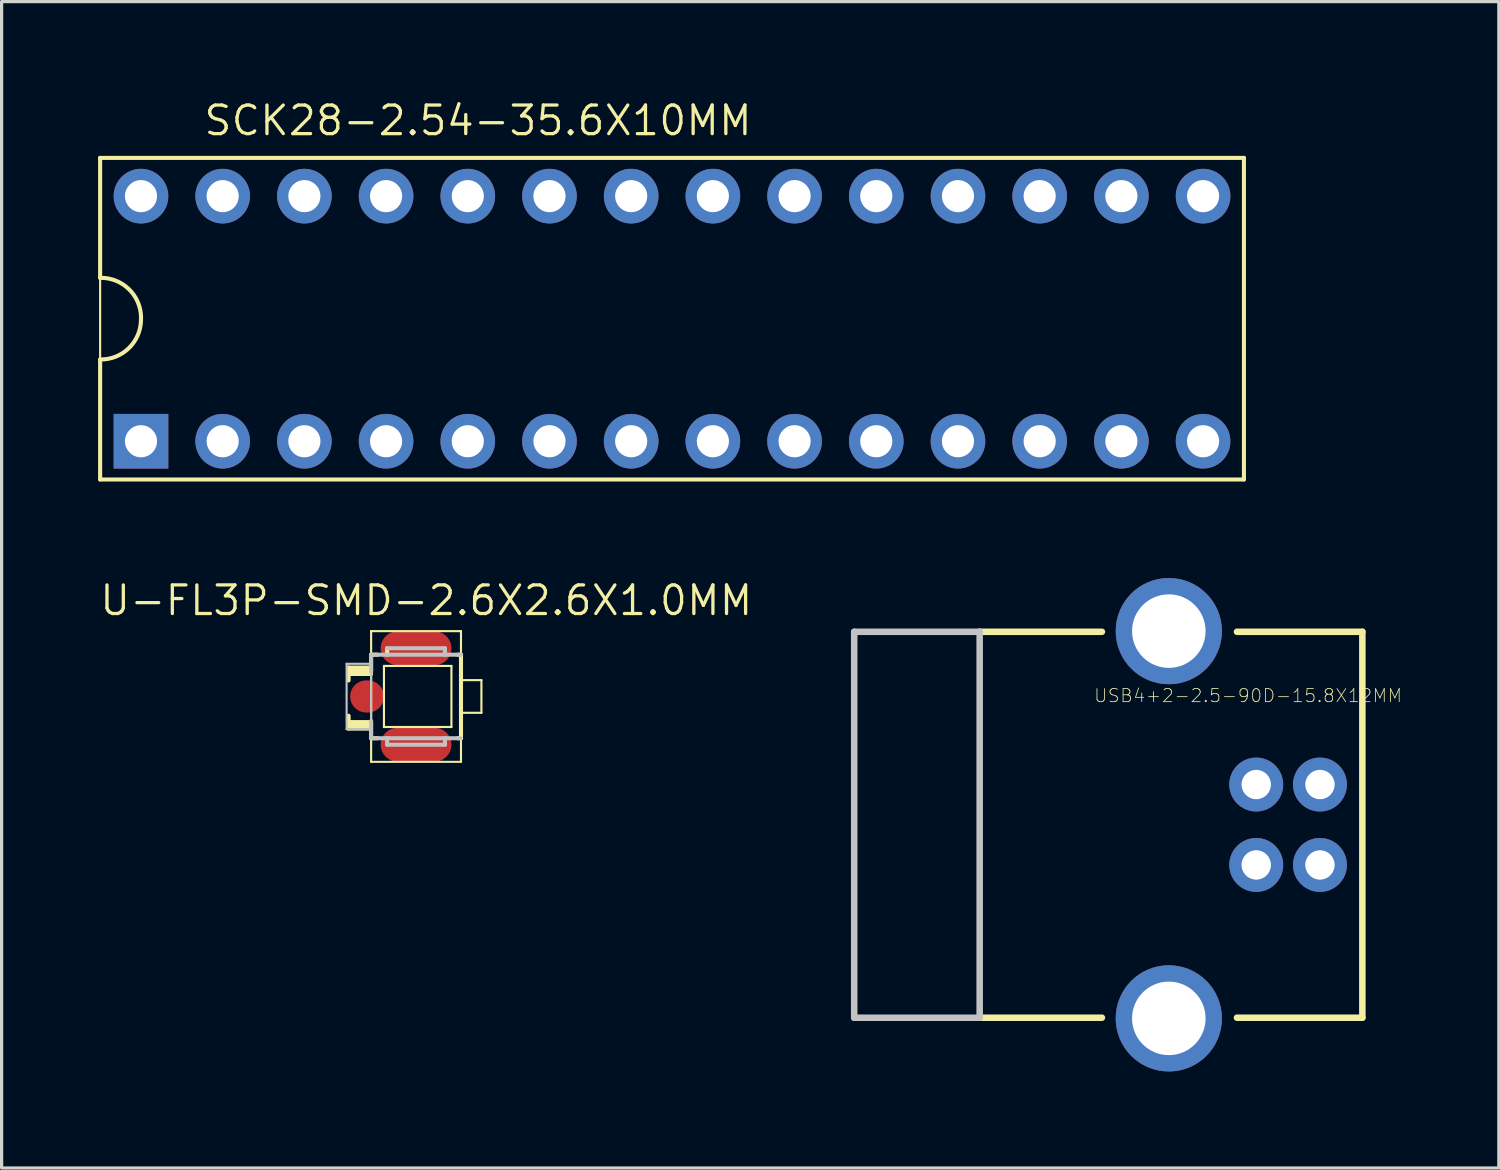
<source format=kicad_pcb>
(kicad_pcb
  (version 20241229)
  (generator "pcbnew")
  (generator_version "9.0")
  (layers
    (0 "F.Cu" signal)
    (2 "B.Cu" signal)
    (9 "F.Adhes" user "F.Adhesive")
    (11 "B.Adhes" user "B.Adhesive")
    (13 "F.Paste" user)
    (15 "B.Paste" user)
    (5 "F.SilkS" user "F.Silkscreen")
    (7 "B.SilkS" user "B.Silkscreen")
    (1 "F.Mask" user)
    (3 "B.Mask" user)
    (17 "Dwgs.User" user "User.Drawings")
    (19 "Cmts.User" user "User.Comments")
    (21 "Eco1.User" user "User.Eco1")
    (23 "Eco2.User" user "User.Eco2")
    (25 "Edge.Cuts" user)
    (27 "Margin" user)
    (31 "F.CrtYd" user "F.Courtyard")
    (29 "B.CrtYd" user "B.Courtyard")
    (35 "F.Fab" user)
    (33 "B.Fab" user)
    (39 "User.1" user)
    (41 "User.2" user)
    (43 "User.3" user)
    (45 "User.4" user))
  (footprint "USB4+2-2.5-90D-15.8X12MM"
    (layer "F.Cu")
    (at 36.006 22.591)
    (property "Reference" "USB4+2-2.5-90D-15.8X12MM" (at -0.254 -4.013 0) (layer "F.SilkS") (effects (font (size 0.406 0.406) (thickness 0.025))))
    (attr exclude_from_pos_files exclude_from_bom)
    (fp_line (start -8.598 -5.999) (end -4.798 -5.999) (stroke (width 0.203) (type solid)) (layer "F.SilkS"))
    (fp_line (start -8.598 5.999) (end -4.798 5.999) (stroke (width 0.203) (type solid)) (layer "F.SilkS"))
    (fp_line (start -0.599 5.999) (end 3.299 5.999) (stroke (width 0.203) (type solid)) (layer "F.SilkS"))
    (fp_line (start 3.299 -5.999) (end -0.599 -5.999) (stroke (width 0.203) (type solid)) (layer "F.SilkS"))
    (fp_line (start 3.299 5.999) (end 3.299 -5.999) (stroke (width 0.203) (type solid)) (layer "F.SilkS"))
    (fp_line (start -12.499 -5.999) (end -8.598 -5.999) (stroke (width 0.203) (type solid)) (layer "Dwgs.User"))
    (fp_line (start -12.499 5.999) (end -12.499 -5.999) (stroke (width 0.203) (type solid)) (layer "Dwgs.User"))
    (fp_line (start -8.598 -5.999) (end -8.598 5.999) (stroke (width 0.203) (type solid)) (layer "Dwgs.User"))
    (fp_line (start -8.598 5.999) (end -12.499 5.999) (stroke (width 0.203) (type solid)) (layer "Dwgs.User"))
    (pad "D+" thru_hole circle (at 0 -1.25) (size 1.676 1.676) (drill 0.914) (layers "*.Cu" "*.Paste" "*.Mask"))
    (pad "D-" thru_hole circle (at 1.981 -1.25) (size 1.676 1.676) (drill 0.914) (layers "*.Cu" "*.Paste" "*.Mask"))
    (pad "GND" thru_hole circle (at 0 1.25) (size 1.676 1.676) (drill 0.914) (layers "*.Cu" "*.Paste" "*.Mask"))
    (pad "S1" thru_hole circle (at -2.718 6.02) (size 3.302 3.302) (drill 2.286) (layers "*.Cu" "*.Paste" "*.Mask"))
    (pad "S2" thru_hole circle (at -2.718 -6.02) (size 3.302 3.302) (drill 2.286) (layers "*.Cu" "*.Paste" "*.Mask"))
    (pad "VBUS" thru_hole circle (at 1.981 1.25) (size 1.676 1.676) (drill 0.914) (layers "*.Cu" "*.Paste" "*.Mask")))
  (footprint "SCK28-2.54-35.6X10MM"
    (layer "F.Cu")
    (at 17.843 6.858)
    (property "Reference" "SCK28-2.54-35.6X10MM" (at -6.032 -6.16 0) (layer "F.SilkS") (effects (font (size 0.889 0.889) (thickness 0.102))))
    (attr exclude_from_pos_files exclude_from_bom)
    (fp_line (start -17.78 -4.999) (end 17.78 -4.999) (stroke (width 0.066) (type solid)) (layer "F.SilkS"))
    (fp_line (start -17.78 -4.999) (end 17.78 -4.999) (stroke (width 0.127) (type solid)) (layer "F.SilkS"))
    (fp_line (start -17.78 -1.27) (end -17.78 -4.999) (stroke (width 0.127) (type solid)) (layer "F.SilkS"))
    (fp_line (start -17.78 4.999) (end -17.78 -4.999) (stroke (width 0.066) (type solid)) (layer "F.SilkS"))
    (fp_line (start -17.78 4.999) (end -17.78 1.27) (stroke (width 0.127) (type solid)) (layer "F.SilkS"))
    (fp_line (start -17.78 4.999) (end 17.78 4.999) (stroke (width 0.066) (type solid)) (layer "F.SilkS"))
    (fp_line (start -16.51 -0.048) (end -16.51 0.048) (stroke (width 0.127) (type solid)) (layer "F.SilkS"))
    (fp_line (start 17.78 -4.999) (end 17.78 4.999) (stroke (width 0.127) (type solid)) (layer "F.SilkS"))
    (fp_line (start 17.78 4.999) (end -17.78 4.999) (stroke (width 0.127) (type solid)) (layer "F.SilkS"))
    (fp_line (start 17.78 4.999) (end 17.78 -4.999) (stroke (width 0.066) (type solid)) (layer "F.SilkS"))
    (fp_arc (start -17.78 -1.27) (mid -16.890699 -0.922682) (end -16.50746 -0.04826) (stroke (width 0.127) (type solid)) (layer "F.SilkS"))
    (fp_arc (start -16.51 0.04826) (mid -16.892495 0.920886) (end -17.78 1.26746) (stroke (width 0.127) (type solid)) (layer "F.SilkS"))
    (pad "1" thru_hole rect (at -16.51 3.81) (size 1.699 1.699) (drill 0.998) (layers "*.Cu" "*.Paste" "*.Mask"))
    (pad "2" thru_hole circle (at -13.97 3.81) (size 1.699 1.699) (drill 0.998) (layers "*.Cu" "*.Paste" "*.Mask"))
    (pad "3" thru_hole circle (at -11.43 3.81) (size 1.699 1.699) (drill 0.998) (layers "*.Cu" "*.Paste" "*.Mask"))
    (pad "4" thru_hole circle (at -8.89 3.81) (size 1.699 1.699) (drill 0.998) (layers "*.Cu" "*.Paste" "*.Mask"))
    (pad "5" thru_hole circle (at -6.35 3.81) (size 1.699 1.699) (drill 0.998) (layers "*.Cu" "*.Paste" "*.Mask"))
    (pad "6" thru_hole circle (at -3.81 3.81) (size 1.699 1.699) (drill 0.998) (layers "*.Cu" "*.Paste" "*.Mask"))
    (pad "7" thru_hole circle (at -1.27 3.81) (size 1.699 1.699) (drill 0.998) (layers "*.Cu" "*.Paste" "*.Mask"))
    (pad "8" thru_hole circle (at 1.27 3.81) (size 1.699 1.699) (drill 0.998) (layers "*.Cu" "*.Paste" "*.Mask"))
    (pad "9" thru_hole circle (at 3.81 3.81) (size 1.699 1.699) (drill 0.998) (layers "*.Cu" "*.Paste" "*.Mask"))
    (pad "10" thru_hole circle (at 6.35 3.81) (size 1.699 1.699) (drill 0.998) (layers "*.Cu" "*.Paste" "*.Mask"))
    (pad "11" thru_hole circle (at 8.89 3.81) (size 1.699 1.699) (drill 0.998) (layers "*.Cu" "*.Paste" "*.Mask"))
    (pad "12" thru_hole circle (at 11.43 3.81) (size 1.699 1.699) (drill 0.998) (layers "*.Cu" "*.Paste" "*.Mask"))
    (pad "13" thru_hole circle (at 13.97 3.81) (size 1.699 1.699) (drill 0.998) (layers "*.Cu" "*.Paste" "*.Mask"))
    (pad "14" thru_hole circle (at 16.51 3.81) (size 1.699 1.699) (drill 0.998) (layers "*.Cu" "*.Paste" "*.Mask"))
    (pad "15" thru_hole circle (at 16.51 -3.81) (size 1.699 1.699) (drill 0.998) (layers "*.Cu" "*.Paste" "*.Mask"))
    (pad "16" thru_hole circle (at 13.97 -3.81) (size 1.699 1.699) (drill 0.998) (layers "*.Cu" "*.Paste" "*.Mask"))
    (pad "17" thru_hole circle (at 11.43 -3.81) (size 1.699 1.699) (drill 0.998) (layers "*.Cu" "*.Paste" "*.Mask"))
    (pad "18" thru_hole circle (at 8.89 -3.81) (size 1.699 1.699) (drill 0.998) (layers "*.Cu" "*.Paste" "*.Mask"))
    (pad "19" thru_hole circle (at 6.35 -3.81) (size 1.699 1.699) (drill 0.998) (layers "*.Cu" "*.Paste" "*.Mask"))
    (pad "20" thru_hole circle (at 3.81 -3.81) (size 1.699 1.699) (drill 0.998) (layers "*.Cu" "*.Paste" "*.Mask"))
    (pad "21" thru_hole circle (at 1.27 -3.81) (size 1.699 1.699) (drill 0.998) (layers "*.Cu" "*.Paste" "*.Mask"))
    (pad "22" thru_hole circle (at -1.27 -3.81) (size 1.699 1.699) (drill 0.998) (layers "*.Cu" "*.Paste" "*.Mask"))
    (pad "23" thru_hole circle (at -3.81 -3.81) (size 1.699 1.699) (drill 0.998) (layers "*.Cu" "*.Paste" "*.Mask"))
    (pad "24" thru_hole circle (at -6.35 -3.81) (size 1.699 1.699) (drill 0.998) (layers "*.Cu" "*.Paste" "*.Mask"))
    (pad "25" thru_hole circle (at -8.89 -3.81) (size 1.699 1.699) (drill 0.998) (layers "*.Cu" "*.Paste" "*.Mask"))
    (pad "26" thru_hole circle (at -11.43 -3.81) (size 1.699 1.699) (drill 0.998) (layers "*.Cu" "*.Paste" "*.Mask"))
    (pad "27" thru_hole circle (at -13.97 -3.81) (size 1.699 1.699) (drill 0.998) (layers "*.Cu" "*.Paste" "*.Mask"))
    (pad "28" thru_hole circle (at -16.51 -3.81) (size 1.699 1.699) (drill 0.998) (layers "*.Cu" "*.Paste" "*.Mask")))
  (footprint "U-FL3P-SMD-2.6X2.6X1.0MM"
    (layer "F.Cu")
    (at 9.885 18.603)
    (property "Reference" "U-FL3P-SMD-2.6X2.6X1.0MM" (at 0.318 -2.985 0) (layer "F.SilkS") (effects (font (size 0.889 0.889) (thickness 0.102))))
    (attr smd)
    (fp_line (start -2.098 -0.899) (end -2.098 -0.798) (stroke (width 0.127) (type solid)) (layer "F.SilkS"))
    (fp_line (start -2.098 -0.798) (end -2.098 -0.699) (stroke (width 0.127) (type solid)) (layer "F.SilkS"))
    (fp_line (start -2.098 -0.699) (end -2.098 -0.498) (stroke (width 0.127) (type solid)) (layer "F.SilkS"))
    (fp_line (start -2.098 -0.699) (end -1.4 -0.699) (stroke (width 0.127) (type solid)) (layer "F.SilkS"))
    (fp_line (start -2.098 0.599) (end -2.098 0.798) (stroke (width 0.127) (type solid)) (layer "F.SilkS"))
    (fp_line (start -2.098 0.798) (end -2.098 0.899) (stroke (width 0.127) (type solid)) (layer "F.SilkS"))
    (fp_line (start -2.098 0.899) (end -2.098 0.998) (stroke (width 0.127) (type solid)) (layer "F.SilkS"))
    (fp_line (start -2.098 0.899) (end -1.4 0.899) (stroke (width 0.127) (type solid)) (layer "F.SilkS"))
    (fp_line (start -2.098 0.998) (end -1.4 0.998) (stroke (width 0.127) (type solid)) (layer "F.SilkS"))
    (fp_line (start -1.4 -1.298) (end -1.4 -0.899) (stroke (width 0.127) (type solid)) (layer "F.SilkS"))
    (fp_line (start -1.4 -0.899) (end -2.098 -0.899) (stroke (width 0.127) (type solid)) (layer "F.SilkS"))
    (fp_line (start -1.4 -0.899) (end -1.4 -0.798) (stroke (width 0.127) (type solid)) (layer "F.SilkS"))
    (fp_line (start -1.4 -0.798) (end -2.098 -0.798) (stroke (width 0.127) (type solid)) (layer "F.SilkS"))
    (fp_line (start -1.4 0.798) (end -2.098 0.798) (stroke (width 0.127) (type solid)) (layer "F.SilkS"))
    (fp_line (start -1.4 0.899) (end -1.4 0.798) (stroke (width 0.127) (type solid)) (layer "F.SilkS"))
    (fp_line (start -1.4 0.998) (end -1.4 0.899) (stroke (width 0.127) (type solid)) (layer "F.SilkS"))
    (fp_line (start -1.4 0.998) (end -1.4 1.298) (stroke (width 0.127) (type solid)) (layer "F.SilkS"))
    (fp_line (start -1.4 1.298) (end -1.199 1.298) (stroke (width 0.127) (type solid)) (layer "F.SilkS"))
    (fp_line (start -1.397 -2.032) (end 1.397 -2.032) (stroke (width 0.066) (type solid)) (layer "F.SilkS"))
    (fp_line (start -1.397 2.032) (end -1.397 -2.032) (stroke (width 0.066) (type solid)) (layer "F.SilkS"))
    (fp_line (start -1.397 2.032) (end 1.397 2.032) (stroke (width 0.066) (type solid)) (layer "F.SilkS"))
    (fp_line (start -1.199 -1.298) (end -1.4 -1.298) (stroke (width 0.127) (type solid)) (layer "F.SilkS"))
    (fp_line (start -0.998 -0.95) (end 1.1 -0.95) (stroke (width 0.066) (type solid)) (layer "F.SilkS"))
    (fp_line (start -0.998 0.95) (end -0.998 -0.95) (stroke (width 0.066) (type solid)) (layer "F.SilkS"))
    (fp_line (start -0.998 0.95) (end 1.1 0.95) (stroke (width 0.066) (type solid)) (layer "F.SilkS"))
    (fp_line (start -0.899 -1.298) (end -0.899 -1.499) (stroke (width 0.127) (type solid)) (layer "F.SilkS"))
    (fp_line (start 1.1 0.95) (end 1.1 -0.95) (stroke (width 0.066) (type solid)) (layer "F.SilkS"))
    (fp_line (start 1.397 -1.298) (end 1.397 1.298) (stroke (width 0.127) (type solid)) (layer "F.SilkS"))
    (fp_line (start 1.397 -0.508) (end 2.032 -0.508) (stroke (width 0.066) (type solid)) (layer "F.SilkS"))
    (fp_line (start 1.397 0.508) (end 1.397 -0.508) (stroke (width 0.066) (type solid)) (layer "F.SilkS"))
    (fp_line (start 1.397 0.508) (end 2.032 0.508) (stroke (width 0.066) (type solid)) (layer "F.SilkS"))
    (fp_line (start 1.397 2.032) (end 1.397 -2.032) (stroke (width 0.066) (type solid)) (layer "F.SilkS"))
    (fp_line (start 1.4 -1.298) (end 1.298 -1.298) (stroke (width 0.127) (type solid)) (layer "F.SilkS"))
    (fp_line (start 1.4 1.298) (end 1.298 1.298) (stroke (width 0.127) (type solid)) (layer "F.SilkS"))
    (fp_line (start 2.032 0.508) (end 2.032 -0.508) (stroke (width 0.066) (type solid)) (layer "F.SilkS"))
    (fp_line (start -2.159 -1.016) (end -1.397 -1.016) (stroke (width 0.066) (type solid)) (layer "Dwgs.User"))
    (fp_line (start -2.159 1.016) (end -2.159 -1.016) (stroke (width 0.066) (type solid)) (layer "Dwgs.User"))
    (fp_line (start -2.159 1.016) (end -1.397 1.016) (stroke (width 0.066) (type solid)) (layer "Dwgs.User"))
    (fp_line (start -1.397 -1.298) (end -1.397 -0.762) (stroke (width 0.127) (type solid)) (layer "Dwgs.User"))
    (fp_line (start -1.397 -1.298) (end -0.899 -1.298) (stroke (width 0.127) (type solid)) (layer "Dwgs.User"))
    (fp_line (start -1.397 1.016) (end -1.397 -1.016) (stroke (width 0.066) (type solid)) (layer "Dwgs.User"))
    (fp_line (start -1.397 1.298) (end -1.397 0.762) (stroke (width 0.127) (type solid)) (layer "Dwgs.User"))
    (fp_line (start -0.899 -1.499) (end 0.899 -1.499) (stroke (width 0.127) (type solid)) (layer "Dwgs.User"))
    (fp_line (start -0.899 -1.298) (end 0.899 -1.298) (stroke (width 0.127) (type solid)) (layer "Dwgs.User"))
    (fp_line (start -0.899 1.298) (end -1.397 1.298) (stroke (width 0.127) (type solid)) (layer "Dwgs.User"))
    (fp_line (start -0.899 1.499) (end -0.899 1.298) (stroke (width 0.127) (type solid)) (layer "Dwgs.User"))
    (fp_line (start 0.899 -1.499) (end 0.899 -1.298) (stroke (width 0.127) (type solid)) (layer "Dwgs.User"))
    (fp_line (start 0.899 -1.298) (end 1.397 -1.298) (stroke (width 0.127) (type solid)) (layer "Dwgs.User"))
    (fp_line (start 0.899 1.298) (end -0.899 1.298) (stroke (width 0.127) (type solid)) (layer "Dwgs.User"))
    (fp_line (start 0.899 1.298) (end 0.899 1.499) (stroke (width 0.127) (type solid)) (layer "Dwgs.User"))
    (fp_line (start 0.899 1.499) (end -0.899 1.499) (stroke (width 0.127) (type solid)) (layer "Dwgs.User"))
    (fp_line (start 1.397 1.298) (end 0.899 1.298) (stroke (width 0.127) (type solid)) (layer "Dwgs.User"))
    (pad "D" smd oval (at -1.524 0 180) (size 1.049 0.998) (layers "F.Cu" "F.Mask" "F.Paste"))
    (pad "GND1" smd oval (at 0 -1.499) (size 2.2 1.049) (layers "F.Cu" "F.Mask" "F.Paste"))
    (pad "GND2" smd oval (at 0 1.499) (size 2.2 1.049) (layers "F.Cu" "F.Mask" "F.Paste")))
  (gr_rect
    (start -3 -3)
    (end 43.548 33.262)
    (stroke (width 0.1) (type default))
    (fill no)
    (layer "Edge.Cuts")))
</source>
